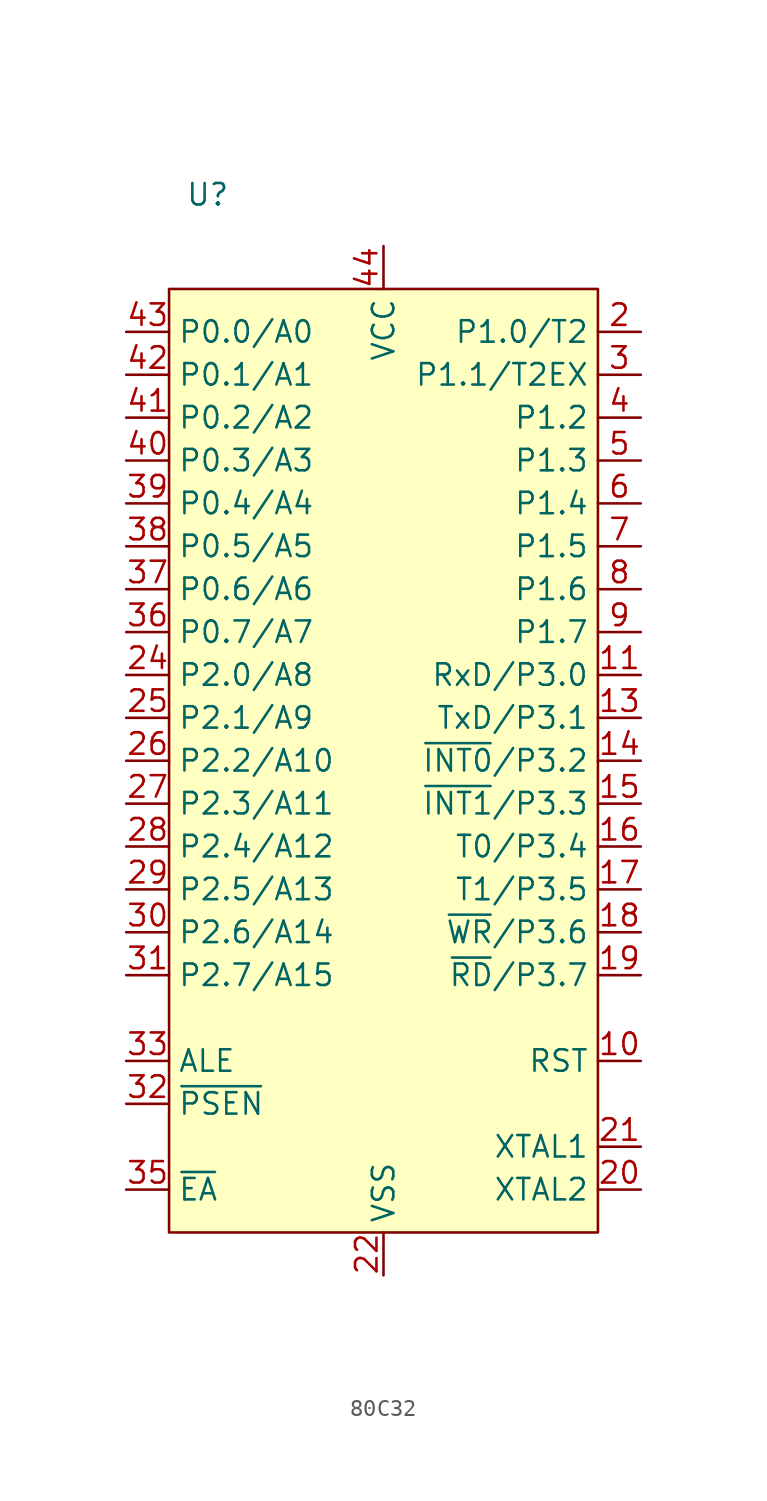
<source format=kicad_sym>
(kicad_symbol_lib
  (version 20231120)
  (generator "kicad_symbol_editor")
  (generator_version "8.0")
  (symbol "80C32"
    (property "Reference" "U"
      (at -10.414 5.588 0)
      (effects (font (size 1.27 1.27))))
    (property "Value" ""
      (at 0 0 0)
      (effects (font (size 1.27 1.27))))
    (symbol "80C32_1_1"
      (rectangle (start -12.7 0) (end 12.7 -55.88) (stroke (width 0) (type default)) (fill (type background)))
      (pin input line (at 15.24 -45.72 180) (length 2.54) (name "RST" (effects (font (size 1.27 1.27)))) (number "10" (effects (font (size 1.27 1.27)))))
      (pin tri_state line (at 15.24 -22.86 180) (length 2.54) (name "RxD/P3.0" (effects (font (size 1.27 1.27)))) (number "11" (effects (font (size 1.27 1.27)))))
      (pin tri_state line (at 15.24 -25.4 180) (length 2.54) (name "TxD/P3.1" (effects (font (size 1.27 1.27)))) (number "13" (effects (font (size 1.27 1.27)))))
      (pin tri_state line (at 15.24 -27.94 180) (length 2.54) (name "~{INT0}/P3.2" (effects (font (size 1.27 1.27)))) (number "14" (effects (font (size 1.27 1.27)))))
      (pin tri_state line (at 15.24 -30.48 180) (length 2.54) (name "~{INT1}/P3.3" (effects (font (size 1.27 1.27)))) (number "15" (effects (font (size 1.27 1.27)))))
      (pin tri_state line (at 15.24 -33.02 180) (length 2.54) (name "T0/P3.4" (effects (font (size 1.27 1.27)))) (number "16" (effects (font (size 1.27 1.27)))))
      (pin tri_state line (at 15.24 -35.56 180) (length 2.54) (name "T1/P3.5" (effects (font (size 1.27 1.27)))) (number "17" (effects (font (size 1.27 1.27)))))
      (pin tri_state line (at 15.24 -38.1 180) (length 2.54) (name "~{WR}/P3.6" (effects (font (size 1.27 1.27)))) (number "18" (effects (font (size 1.27 1.27)))))
      (pin tri_state line (at 15.24 -40.64 180) (length 2.54) (name "~{RD}/P3.7" (effects (font (size 1.27 1.27)))) (number "19" (effects (font (size 1.27 1.27)))))
      (pin tri_state line (at 15.24 -2.54 180) (length 2.54) (name "P1.0/T2" (effects (font (size 1.27 1.27)))) (number "2" (effects (font (size 1.27 1.27)))))
      (pin output line (at 15.24 -53.34 180) (length 2.54) (name "XTAL2" (effects (font (size 1.27 1.27)))) (number "20" (effects (font (size 1.27 1.27)))))
      (pin input line (at 15.24 -50.8 180) (length 2.54) (name "XTAL1" (effects (font (size 1.27 1.27)))) (number "21" (effects (font (size 1.27 1.27)))))
      (pin power_in line (at 0 -58.42 90) (length 2.54) (name "VSS" (effects (font (size 1.27 1.27)))) (number "22" (effects (font (size 1.27 1.27)))))
      (pin tri_state line (at -15.24 -22.86 0) (length 2.54) (name "P2.0/A8" (effects (font (size 1.27 1.27)))) (number "24" (effects (font (size 1.27 1.27)))))
      (pin tri_state line (at -15.24 -25.4 0) (length 2.54) (name "P2.1/A9" (effects (font (size 1.27 1.27)))) (number "25" (effects (font (size 1.27 1.27)))))
      (pin tri_state line (at -15.24 -27.94 0) (length 2.54) (name "P2.2/A10" (effects (font (size 1.27 1.27)))) (number "26" (effects (font (size 1.27 1.27)))))
      (pin tri_state line (at -15.24 -30.48 0) (length 2.54) (name "P2.3/A11" (effects (font (size 1.27 1.27)))) (number "27" (effects (font (size 1.27 1.27)))))
      (pin tri_state line (at -15.24 -33.02 0) (length 2.54) (name "P2.4/A12" (effects (font (size 1.27 1.27)))) (number "28" (effects (font (size 1.27 1.27)))))
      (pin tri_state line (at -15.24 -35.56 0) (length 2.54) (name "P2.5/A13" (effects (font (size 1.27 1.27)))) (number "29" (effects (font (size 1.27 1.27)))))
      (pin tri_state line (at 15.24 -5.08 180) (length 2.54) (name "P1.1/T2EX" (effects (font (size 1.27 1.27)))) (number "3" (effects (font (size 1.27 1.27)))))
      (pin tri_state line (at -15.24 -38.1 0) (length 2.54) (name "P2.6/A14" (effects (font (size 1.27 1.27)))) (number "30" (effects (font (size 1.27 1.27)))))
      (pin tri_state line (at -15.24 -40.64 0) (length 2.54) (name "P2.7/A15" (effects (font (size 1.27 1.27)))) (number "31" (effects (font (size 1.27 1.27)))))
      (pin output line (at -15.24 -48.26 0) (length 2.54) (name "~{PSEN}" (effects (font (size 1.27 1.27)))) (number "32" (effects (font (size 1.27 1.27)))))
      (pin output line (at -15.24 -45.72 0) (length 2.54) (name "ALE" (effects (font (size 1.27 1.27)))) (number "33" (effects (font (size 1.27 1.27)))))
      (pin input line (at -15.24 -53.34 0) (length 2.54) (name "~{EA}" (effects (font (size 1.27 1.27)))) (number "35" (effects (font (size 1.27 1.27)))))
      (pin tri_state line (at -15.24 -20.32 0) (length 2.54) (name "P0.7/A7" (effects (font (size 1.27 1.27)))) (number "36" (effects (font (size 1.27 1.27)))))
      (pin tri_state line (at -15.24 -17.78 0) (length 2.54) (name "P0.6/A6" (effects (font (size 1.27 1.27)))) (number "37" (effects (font (size 1.27 1.27)))))
      (pin tri_state line (at -15.24 -15.24 0) (length 2.54) (name "P0.5/A5" (effects (font (size 1.27 1.27)))) (number "38" (effects (font (size 1.27 1.27)))))
      (pin tri_state line (at -15.24 -12.7 0) (length 2.54) (name "P0.4/A4" (effects (font (size 1.27 1.27)))) (number "39" (effects (font (size 1.27 1.27)))))
      (pin tri_state line (at 15.24 -7.62 180) (length 2.54) (name "P1.2" (effects (font (size 1.27 1.27)))) (number "4" (effects (font (size 1.27 1.27)))))
      (pin tri_state line (at -15.24 -10.16 0) (length 2.54) (name "P0.3/A3" (effects (font (size 1.27 1.27)))) (number "40" (effects (font (size 1.27 1.27)))))
      (pin tri_state line (at -15.24 -7.62 0) (length 2.54) (name "P0.2/A2" (effects (font (size 1.27 1.27)))) (number "41" (effects (font (size 1.27 1.27)))))
      (pin tri_state line (at -15.24 -5.08 0) (length 2.54) (name "P0.1/A1" (effects (font (size 1.27 1.27)))) (number "42" (effects (font (size 1.27 1.27)))))
      (pin tri_state line (at -15.24 -2.54 0) (length 2.54) (name "P0.0/A0" (effects (font (size 1.27 1.27)))) (number "43" (effects (font (size 1.27 1.27)))))
      (pin power_in line (at 0 2.54 270) (length 2.54) (name "VCC" (effects (font (size 1.27 1.27)))) (number "44" (effects (font (size 1.27 1.27)))))
      (pin tri_state line (at 15.24 -10.16 180) (length 2.54) (name "P1.3" (effects (font (size 1.27 1.27)))) (number "5" (effects (font (size 1.27 1.27)))))
      (pin tri_state line (at 15.24 -12.7 180) (length 2.54) (name "P1.4" (effects (font (size 1.27 1.27)))) (number "6" (effects (font (size 1.27 1.27)))))
      (pin tri_state line (at 15.24 -15.24 180) (length 2.54) (name "P1.5" (effects (font (size 1.27 1.27)))) (number "7" (effects (font (size 1.27 1.27)))))
      (pin tri_state line (at 15.24 -17.78 180) (length 2.54) (name "P1.6" (effects (font (size 1.27 1.27)))) (number "8" (effects (font (size 1.27 1.27)))))
      (pin tri_state line (at 15.24 -20.32 180) (length 2.54) (name "P1.7" (effects (font (size 1.27 1.27)))) (number "9" (effects (font (size 1.27 1.27))))))))
</source>
